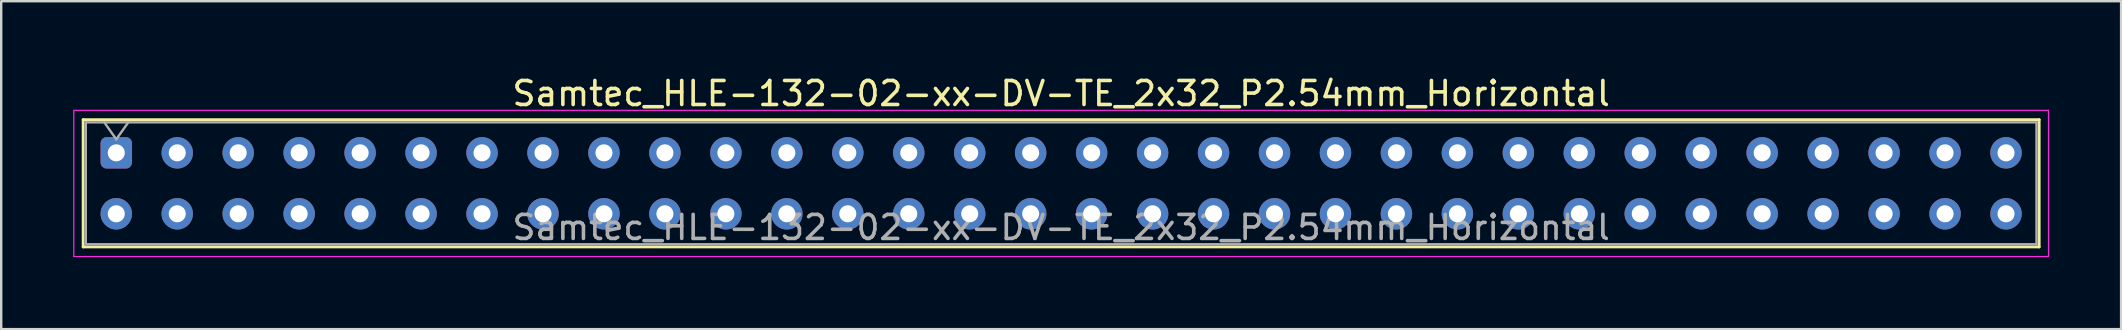
<source format=kicad_pcb>
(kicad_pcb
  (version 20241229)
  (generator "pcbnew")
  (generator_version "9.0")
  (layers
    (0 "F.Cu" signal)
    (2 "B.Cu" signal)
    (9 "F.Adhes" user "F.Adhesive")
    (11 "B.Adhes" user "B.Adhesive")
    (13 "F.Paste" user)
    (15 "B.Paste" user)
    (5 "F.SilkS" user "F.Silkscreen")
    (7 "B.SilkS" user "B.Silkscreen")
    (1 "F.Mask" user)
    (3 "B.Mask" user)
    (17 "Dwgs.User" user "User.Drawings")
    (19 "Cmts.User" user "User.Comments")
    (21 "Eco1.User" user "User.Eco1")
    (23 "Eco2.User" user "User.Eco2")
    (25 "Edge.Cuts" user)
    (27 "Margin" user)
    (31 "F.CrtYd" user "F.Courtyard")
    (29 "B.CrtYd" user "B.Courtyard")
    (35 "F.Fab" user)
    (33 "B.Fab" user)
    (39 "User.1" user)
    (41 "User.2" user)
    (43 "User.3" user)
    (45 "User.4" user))
  (footprint "Samtec_HLE-132-02-xx-DV-TE_2x32_P2.54mm_Horizontal"
    (layer "F.Cu")
    (at 1.795 3.318)
    (property "Reference" "Samtec_HLE-132-02-xx-DV-TE_2x32_P2.54mm_Horizontal" (at 39.37 -2.47 0) (layer "F.SilkS") (effects (font (size 1 1) (thickness 0.15))))
    (attr through_hole)
    (fp_line (start -1.38 -1.38) (end 80.12 -1.38) (stroke (width 0.12) (type solid)) (layer "F.SilkS"))
    (fp_line (start -1.38 3.92) (end -1.38 -1.38) (stroke (width 0.12) (type solid)) (layer "F.SilkS"))
    (fp_line (start 80.12 -1.38) (end 80.12 3.92) (stroke (width 0.12) (type solid)) (layer "F.SilkS"))
    (fp_line (start 80.12 3.92) (end -1.38 3.92) (stroke (width 0.12) (type solid)) (layer "F.SilkS"))
    (fp_line (start -1.77 -1.77) (end 80.51 -1.77) (stroke (width 0.05) (type solid)) (layer "F.CrtYd"))
    (fp_line (start -1.77 4.32) (end -1.77 -1.77) (stroke (width 0.05) (type solid)) (layer "F.CrtYd"))
    (fp_line (start 80.51 -1.77) (end 80.51 4.32) (stroke (width 0.05) (type solid)) (layer "F.CrtYd"))
    (fp_line (start 80.51 4.32) (end -1.77 4.32) (stroke (width 0.05) (type solid)) (layer "F.CrtYd"))
    (fp_line (start -1.27 -1.27) (end 80.01 -1.27) (stroke (width 0.1) (type solid)) (layer "F.Fab"))
    (fp_line (start -1.27 3.81) (end -1.27 -1.27) (stroke (width 0.1) (type solid)) (layer "F.Fab"))
    (fp_line (start -0.5 -1.27) (end 0 -0.563) (stroke (width 0.1) (type solid)) (layer "F.Fab"))
    (fp_line (start 0 -0.563) (end 0.5 -1.27) (stroke (width 0.1) (type solid)) (layer "F.Fab"))
    (fp_line (start 80.01 -1.27) (end 80.01 3.81) (stroke (width 0.1) (type solid)) (layer "F.Fab"))
    (fp_line (start 80.01 3.81) (end -1.27 3.81) (stroke (width 0.1) (type solid)) (layer "F.Fab"))
    (fp_text user "${REFERENCE}" (at 39.37 3.11 0) (layer "F.Fab") (effects (font (size 1 1) (thickness 0.15))))
    (pad "1" thru_hole roundrect (at 0 0) (size 1.31 1.31) (drill 0.71) (layers "*.Cu" "*.Mask") (roundrect_rratio 0.191))
    (pad "2" thru_hole circle (at 0 2.54) (size 1.31 1.31) (drill 0.71) (layers "*.Cu" "*.Mask"))
    (pad "3" thru_hole circle (at 2.54 0) (size 1.31 1.31) (drill 0.71) (layers "*.Cu" "*.Mask"))
    (pad "4" thru_hole circle (at 2.54 2.54) (size 1.31 1.31) (drill 0.71) (layers "*.Cu" "*.Mask"))
    (pad "5" thru_hole circle (at 5.08 0) (size 1.31 1.31) (drill 0.71) (layers "*.Cu" "*.Mask"))
    (pad "6" thru_hole circle (at 5.08 2.54) (size 1.31 1.31) (drill 0.71) (layers "*.Cu" "*.Mask"))
    (pad "7" thru_hole circle (at 7.62 0) (size 1.31 1.31) (drill 0.71) (layers "*.Cu" "*.Mask"))
    (pad "8" thru_hole circle (at 7.62 2.54) (size 1.31 1.31) (drill 0.71) (layers "*.Cu" "*.Mask"))
    (pad "9" thru_hole circle (at 10.16 0) (size 1.31 1.31) (drill 0.71) (layers "*.Cu" "*.Mask"))
    (pad "10" thru_hole circle (at 10.16 2.54) (size 1.31 1.31) (drill 0.71) (layers "*.Cu" "*.Mask"))
    (pad "11" thru_hole circle (at 12.7 0) (size 1.31 1.31) (drill 0.71) (layers "*.Cu" "*.Mask"))
    (pad "12" thru_hole circle (at 12.7 2.54) (size 1.31 1.31) (drill 0.71) (layers "*.Cu" "*.Mask"))
    (pad "13" thru_hole circle (at 15.24 0) (size 1.31 1.31) (drill 0.71) (layers "*.Cu" "*.Mask"))
    (pad "14" thru_hole circle (at 15.24 2.54) (size 1.31 1.31) (drill 0.71) (layers "*.Cu" "*.Mask"))
    (pad "15" thru_hole circle (at 17.78 0) (size 1.31 1.31) (drill 0.71) (layers "*.Cu" "*.Mask"))
    (pad "16" thru_hole circle (at 17.78 2.54) (size 1.31 1.31) (drill 0.71) (layers "*.Cu" "*.Mask"))
    (pad "17" thru_hole circle (at 20.32 0) (size 1.31 1.31) (drill 0.71) (layers "*.Cu" "*.Mask"))
    (pad "18" thru_hole circle (at 20.32 2.54) (size 1.31 1.31) (drill 0.71) (layers "*.Cu" "*.Mask"))
    (pad "19" thru_hole circle (at 22.86 0) (size 1.31 1.31) (drill 0.71) (layers "*.Cu" "*.Mask"))
    (pad "20" thru_hole circle (at 22.86 2.54) (size 1.31 1.31) (drill 0.71) (layers "*.Cu" "*.Mask"))
    (pad "21" thru_hole circle (at 25.4 0) (size 1.31 1.31) (drill 0.71) (layers "*.Cu" "*.Mask"))
    (pad "22" thru_hole circle (at 25.4 2.54) (size 1.31 1.31) (drill 0.71) (layers "*.Cu" "*.Mask"))
    (pad "23" thru_hole circle (at 27.94 0) (size 1.31 1.31) (drill 0.71) (layers "*.Cu" "*.Mask"))
    (pad "24" thru_hole circle (at 27.94 2.54) (size 1.31 1.31) (drill 0.71) (layers "*.Cu" "*.Mask"))
    (pad "25" thru_hole circle (at 30.48 0) (size 1.31 1.31) (drill 0.71) (layers "*.Cu" "*.Mask"))
    (pad "26" thru_hole circle (at 30.48 2.54) (size 1.31 1.31) (drill 0.71) (layers "*.Cu" "*.Mask"))
    (pad "27" thru_hole circle (at 33.02 0) (size 1.31 1.31) (drill 0.71) (layers "*.Cu" "*.Mask"))
    (pad "28" thru_hole circle (at 33.02 2.54) (size 1.31 1.31) (drill 0.71) (layers "*.Cu" "*.Mask"))
    (pad "29" thru_hole circle (at 35.56 0) (size 1.31 1.31) (drill 0.71) (layers "*.Cu" "*.Mask"))
    (pad "30" thru_hole circle (at 35.56 2.54) (size 1.31 1.31) (drill 0.71) (layers "*.Cu" "*.Mask"))
    (pad "31" thru_hole circle (at 38.1 0) (size 1.31 1.31) (drill 0.71) (layers "*.Cu" "*.Mask"))
    (pad "32" thru_hole circle (at 38.1 2.54) (size 1.31 1.31) (drill 0.71) (layers "*.Cu" "*.Mask"))
    (pad "33" thru_hole circle (at 40.64 0) (size 1.31 1.31) (drill 0.71) (layers "*.Cu" "*.Mask"))
    (pad "34" thru_hole circle (at 40.64 2.54) (size 1.31 1.31) (drill 0.71) (layers "*.Cu" "*.Mask"))
    (pad "35" thru_hole circle (at 43.18 0) (size 1.31 1.31) (drill 0.71) (layers "*.Cu" "*.Mask"))
    (pad "36" thru_hole circle (at 43.18 2.54) (size 1.31 1.31) (drill 0.71) (layers "*.Cu" "*.Mask"))
    (pad "37" thru_hole circle (at 45.72 0) (size 1.31 1.31) (drill 0.71) (layers "*.Cu" "*.Mask"))
    (pad "38" thru_hole circle (at 45.72 2.54) (size 1.31 1.31) (drill 0.71) (layers "*.Cu" "*.Mask"))
    (pad "39" thru_hole circle (at 48.26 0) (size 1.31 1.31) (drill 0.71) (layers "*.Cu" "*.Mask"))
    (pad "40" thru_hole circle (at 48.26 2.54) (size 1.31 1.31) (drill 0.71) (layers "*.Cu" "*.Mask"))
    (pad "41" thru_hole circle (at 50.8 0) (size 1.31 1.31) (drill 0.71) (layers "*.Cu" "*.Mask"))
    (pad "42" thru_hole circle (at 50.8 2.54) (size 1.31 1.31) (drill 0.71) (layers "*.Cu" "*.Mask"))
    (pad "43" thru_hole circle (at 53.34 0) (size 1.31 1.31) (drill 0.71) (layers "*.Cu" "*.Mask"))
    (pad "44" thru_hole circle (at 53.34 2.54) (size 1.31 1.31) (drill 0.71) (layers "*.Cu" "*.Mask"))
    (pad "45" thru_hole circle (at 55.88 0) (size 1.31 1.31) (drill 0.71) (layers "*.Cu" "*.Mask"))
    (pad "46" thru_hole circle (at 55.88 2.54) (size 1.31 1.31) (drill 0.71) (layers "*.Cu" "*.Mask"))
    (pad "47" thru_hole circle (at 58.42 0) (size 1.31 1.31) (drill 0.71) (layers "*.Cu" "*.Mask"))
    (pad "48" thru_hole circle (at 58.42 2.54) (size 1.31 1.31) (drill 0.71) (layers "*.Cu" "*.Mask"))
    (pad "49" thru_hole circle (at 60.96 0) (size 1.31 1.31) (drill 0.71) (layers "*.Cu" "*.Mask"))
    (pad "50" thru_hole circle (at 60.96 2.54) (size 1.31 1.31) (drill 0.71) (layers "*.Cu" "*.Mask"))
    (pad "51" thru_hole circle (at 63.5 0) (size 1.31 1.31) (drill 0.71) (layers "*.Cu" "*.Mask"))
    (pad "52" thru_hole circle (at 63.5 2.54) (size 1.31 1.31) (drill 0.71) (layers "*.Cu" "*.Mask"))
    (pad "53" thru_hole circle (at 66.04 0) (size 1.31 1.31) (drill 0.71) (layers "*.Cu" "*.Mask"))
    (pad "54" thru_hole circle (at 66.04 2.54) (size 1.31 1.31) (drill 0.71) (layers "*.Cu" "*.Mask"))
    (pad "55" thru_hole circle (at 68.58 0) (size 1.31 1.31) (drill 0.71) (layers "*.Cu" "*.Mask"))
    (pad "56" thru_hole circle (at 68.58 2.54) (size 1.31 1.31) (drill 0.71) (layers "*.Cu" "*.Mask"))
    (pad "57" thru_hole circle (at 71.12 0) (size 1.31 1.31) (drill 0.71) (layers "*.Cu" "*.Mask"))
    (pad "58" thru_hole circle (at 71.12 2.54) (size 1.31 1.31) (drill 0.71) (layers "*.Cu" "*.Mask"))
    (pad "59" thru_hole circle (at 73.66 0) (size 1.31 1.31) (drill 0.71) (layers "*.Cu" "*.Mask"))
    (pad "60" thru_hole circle (at 73.66 2.54) (size 1.31 1.31) (drill 0.71) (layers "*.Cu" "*.Mask"))
    (pad "61" thru_hole circle (at 76.2 0) (size 1.31 1.31) (drill 0.71) (layers "*.Cu" "*.Mask"))
    (pad "62" thru_hole circle (at 76.2 2.54) (size 1.31 1.31) (drill 0.71) (layers "*.Cu" "*.Mask"))
    (pad "63" thru_hole circle (at 78.74 0) (size 1.31 1.31) (drill 0.71) (layers "*.Cu" "*.Mask"))
    (pad "64" thru_hole circle (at 78.74 2.54) (size 1.31 1.31) (drill 0.71) (layers "*.Cu" "*.Mask")))
  (gr_rect
    (start -3 -3)
    (end 85.33 10.663)
    (stroke (width 0.1) (type default))
    (fill no)
    (layer "Edge.Cuts")))
</source>
